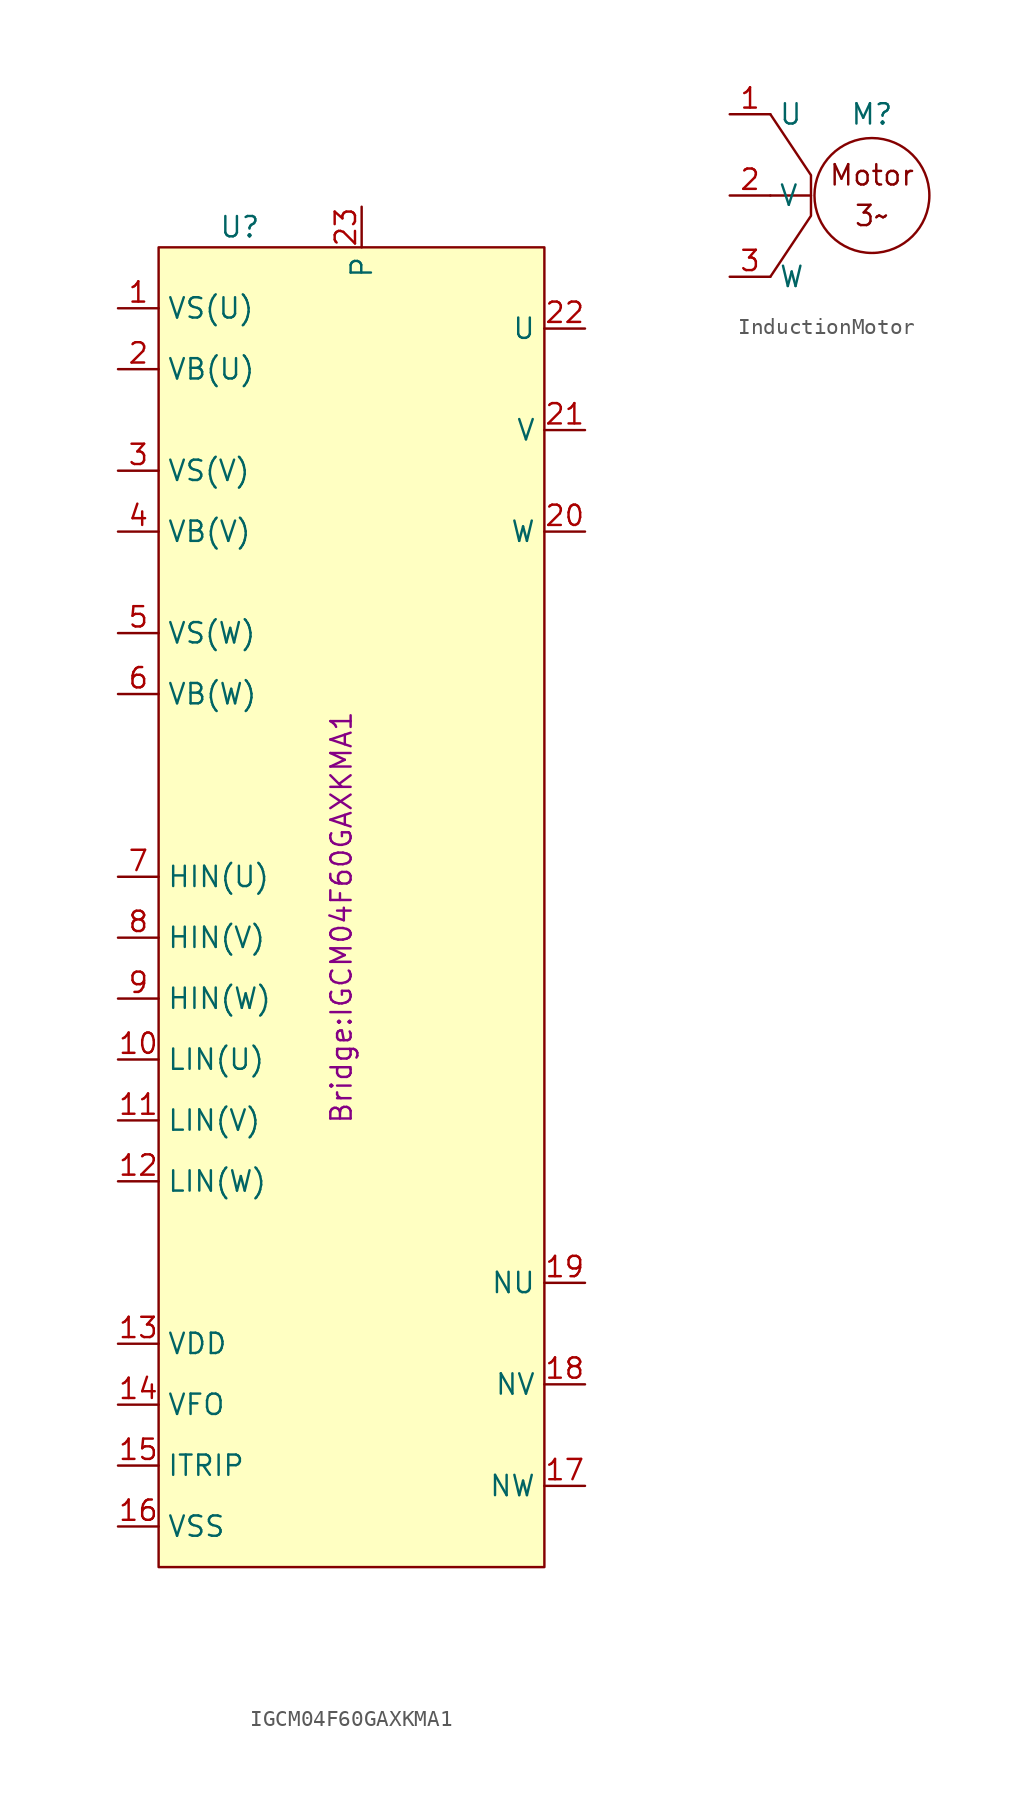
<source format=kicad_sym>
(kicad_symbol_lib
  (version 20220914)
  (generator kicad_symbol_editor)
  (symbol "IGCM04F60GAXKMA1"
    (property "Reference" "U"
      (at -7.62 43.18 0)
      (effects (font (size 1.27 1.27))))
    (property "Value" ""
      (at 2.54 22.86 0)
      (effects (font (size 1.27 1.27))))
    (property "Footprint" "Bridge:IGCM04F60GAXKMA1"
      (at -1.27 0 90)
      (effects (font (size 1.27 1.27))))
    (symbol "IGCM04F60GAXKMA1_1_1"
      (rectangle (start -12.7 41.91) (end 11.43 -40.64) (stroke (width 0) (type default)) (fill (type background)))
      (pin passive line (at -15.24 38.1 0) (length 2.54) (name "VS(U)" (effects (font (size 1.27 1.27)))) (number "1" (effects (font (size 1.27 1.27)))))
      (pin input line (at -15.24 -8.89 0) (length 2.54) (name "LIN(U)" (effects (font (size 1.27 1.27)))) (number "10" (effects (font (size 1.27 1.27)))))
      (pin input line (at -15.24 -12.7 0) (length 2.54) (name "LIN(V)" (effects (font (size 1.27 1.27)))) (number "11" (effects (font (size 1.27 1.27)))))
      (pin input line (at -15.24 -16.51 0) (length 2.54) (name "LIN(W)" (effects (font (size 1.27 1.27)))) (number "12" (effects (font (size 1.27 1.27)))))
      (pin power_in line (at -15.24 -26.67 0) (length 2.54) (name "VDD" (effects (font (size 1.27 1.27)))) (number "13" (effects (font (size 1.27 1.27)))))
      (pin output line (at -15.24 -30.48 0) (length 2.54) (name "VFO" (effects (font (size 1.27 1.27)))) (number "14" (effects (font (size 1.27 1.27)))))
      (pin bidirectional line (at -15.24 -34.29 0) (length 2.54) (name "ITRIP" (effects (font (size 1.27 1.27)))) (number "15" (effects (font (size 1.27 1.27)))))
      (pin power_in line (at -15.24 -38.1 0) (length 2.54) (name "VSS" (effects (font (size 1.27 1.27)))) (number "16" (effects (font (size 1.27 1.27)))))
      (pin power_out line (at 13.97 -35.56 180) (length 2.54) (name "NW" (effects (font (size 1.27 1.27)))) (number "17" (effects (font (size 1.27 1.27)))))
      (pin power_out line (at 13.97 -29.21 180) (length 2.54) (name "NV" (effects (font (size 1.27 1.27)))) (number "18" (effects (font (size 1.27 1.27)))))
      (pin power_out line (at 13.97 -22.86 180) (length 2.54) (name "NU" (effects (font (size 1.27 1.27)))) (number "19" (effects (font (size 1.27 1.27)))))
      (pin passive line (at -15.24 34.29 0) (length 2.54) (name "VB(U)" (effects (font (size 1.27 1.27)))) (number "2" (effects (font (size 1.27 1.27)))))
      (pin power_out line (at 13.97 24.13 180) (length 2.54) (name "W" (effects (font (size 1.27 1.27)))) (number "20" (effects (font (size 1.27 1.27)))))
      (pin power_out line (at 13.97 30.48 180) (length 2.54) (name "V" (effects (font (size 1.27 1.27)))) (number "21" (effects (font (size 1.27 1.27)))))
      (pin power_out line (at 13.97 36.83 180) (length 2.54) (name "U" (effects (font (size 1.27 1.27)))) (number "22" (effects (font (size 1.27 1.27)))))
      (pin power_in line (at 0 44.45 270) (length 2.54) (name "P" (effects (font (size 1.27 1.27)))) (number "23" (effects (font (size 1.27 1.27)))))
      (pin no_connect line (at 13.97 40.64 180) (length 2.54) hide (name "NC" (effects (font (size 1.27 1.27)))) (number "24" (effects (font (size 1.27 1.27)))))
      (pin passive line (at -15.24 27.94 0) (length 2.54) (name "VS(V)" (effects (font (size 1.27 1.27)))) (number "3" (effects (font (size 1.27 1.27)))))
      (pin passive line (at -15.24 24.13 0) (length 2.54) (name "VB(V)" (effects (font (size 1.27 1.27)))) (number "4" (effects (font (size 1.27 1.27)))))
      (pin passive line (at -15.24 17.78 0) (length 2.54) (name "VS(W)" (effects (font (size 1.27 1.27)))) (number "5" (effects (font (size 1.27 1.27)))))
      (pin passive line (at -15.24 13.97 0) (length 2.54) (name "VB(W)" (effects (font (size 1.27 1.27)))) (number "6" (effects (font (size 1.27 1.27)))))
      (pin input line (at -15.24 2.54 0) (length 2.54) (name "HIN(U)" (effects (font (size 1.27 1.27)))) (number "7" (effects (font (size 1.27 1.27)))))
      (pin input line (at -15.24 -1.27 0) (length 2.54) (name "HIN(V)" (effects (font (size 1.27 1.27)))) (number "8" (effects (font (size 1.27 1.27)))))
      (pin input line (at -15.24 -5.08 0) (length 2.54) (name "HIN(W)" (effects (font (size 1.27 1.27)))) (number "9" (effects (font (size 1.27 1.27)))))))
  (symbol "InductionMotor"
    (property "Reference" "M"
      (at 0 5.08 0)
      (effects (font (size 1.27 1.27))))
    (property "Value" ""
      (at 0 0 0)
      (effects (font (size 1.27 1.27))))
    (symbol "InductionMotor_0_1"
      (circle (center 0 0) (radius 3.592) (stroke (width 0) (type default)) (fill (type none))))
    (symbol "InductionMotor_1_1"
      (polyline (pts (xy -3.81 0) (xy -6.35 0)) (stroke (width 0) (type default)) (fill (type none)))
      (polyline (pts (xy -6.35 5.08) (xy -3.81 1.27) (xy -3.81 -1.27) (xy -6.35 -5.08) (xy -6.35 -5.08)) (stroke (width 0) (type default)) (fill (type none)))
      (text "3~" (at 0 -1.27 0) (effects (font (size 1.27 1.27))))
      (text "Motor" (at 0 1.27 0) (effects (font (size 1.27 1.27))))
      (pin power_in line (at -8.89 5.08 0) (length 2.54) (name "U" (effects (font (size 1.27 1.27)))) (number "1" (effects (font (size 1.27 1.27)))))
      (pin power_in line (at -8.89 0 0) (length 2.54) (name "V" (effects (font (size 1.27 1.27)))) (number "2" (effects (font (size 1.27 1.27)))))
      (pin power_in line (at -8.89 -5.08 0) (length 2.54) (name "W" (effects (font (size 1.27 1.27)))) (number "3" (effects (font (size 1.27 1.27))))))))
</source>
